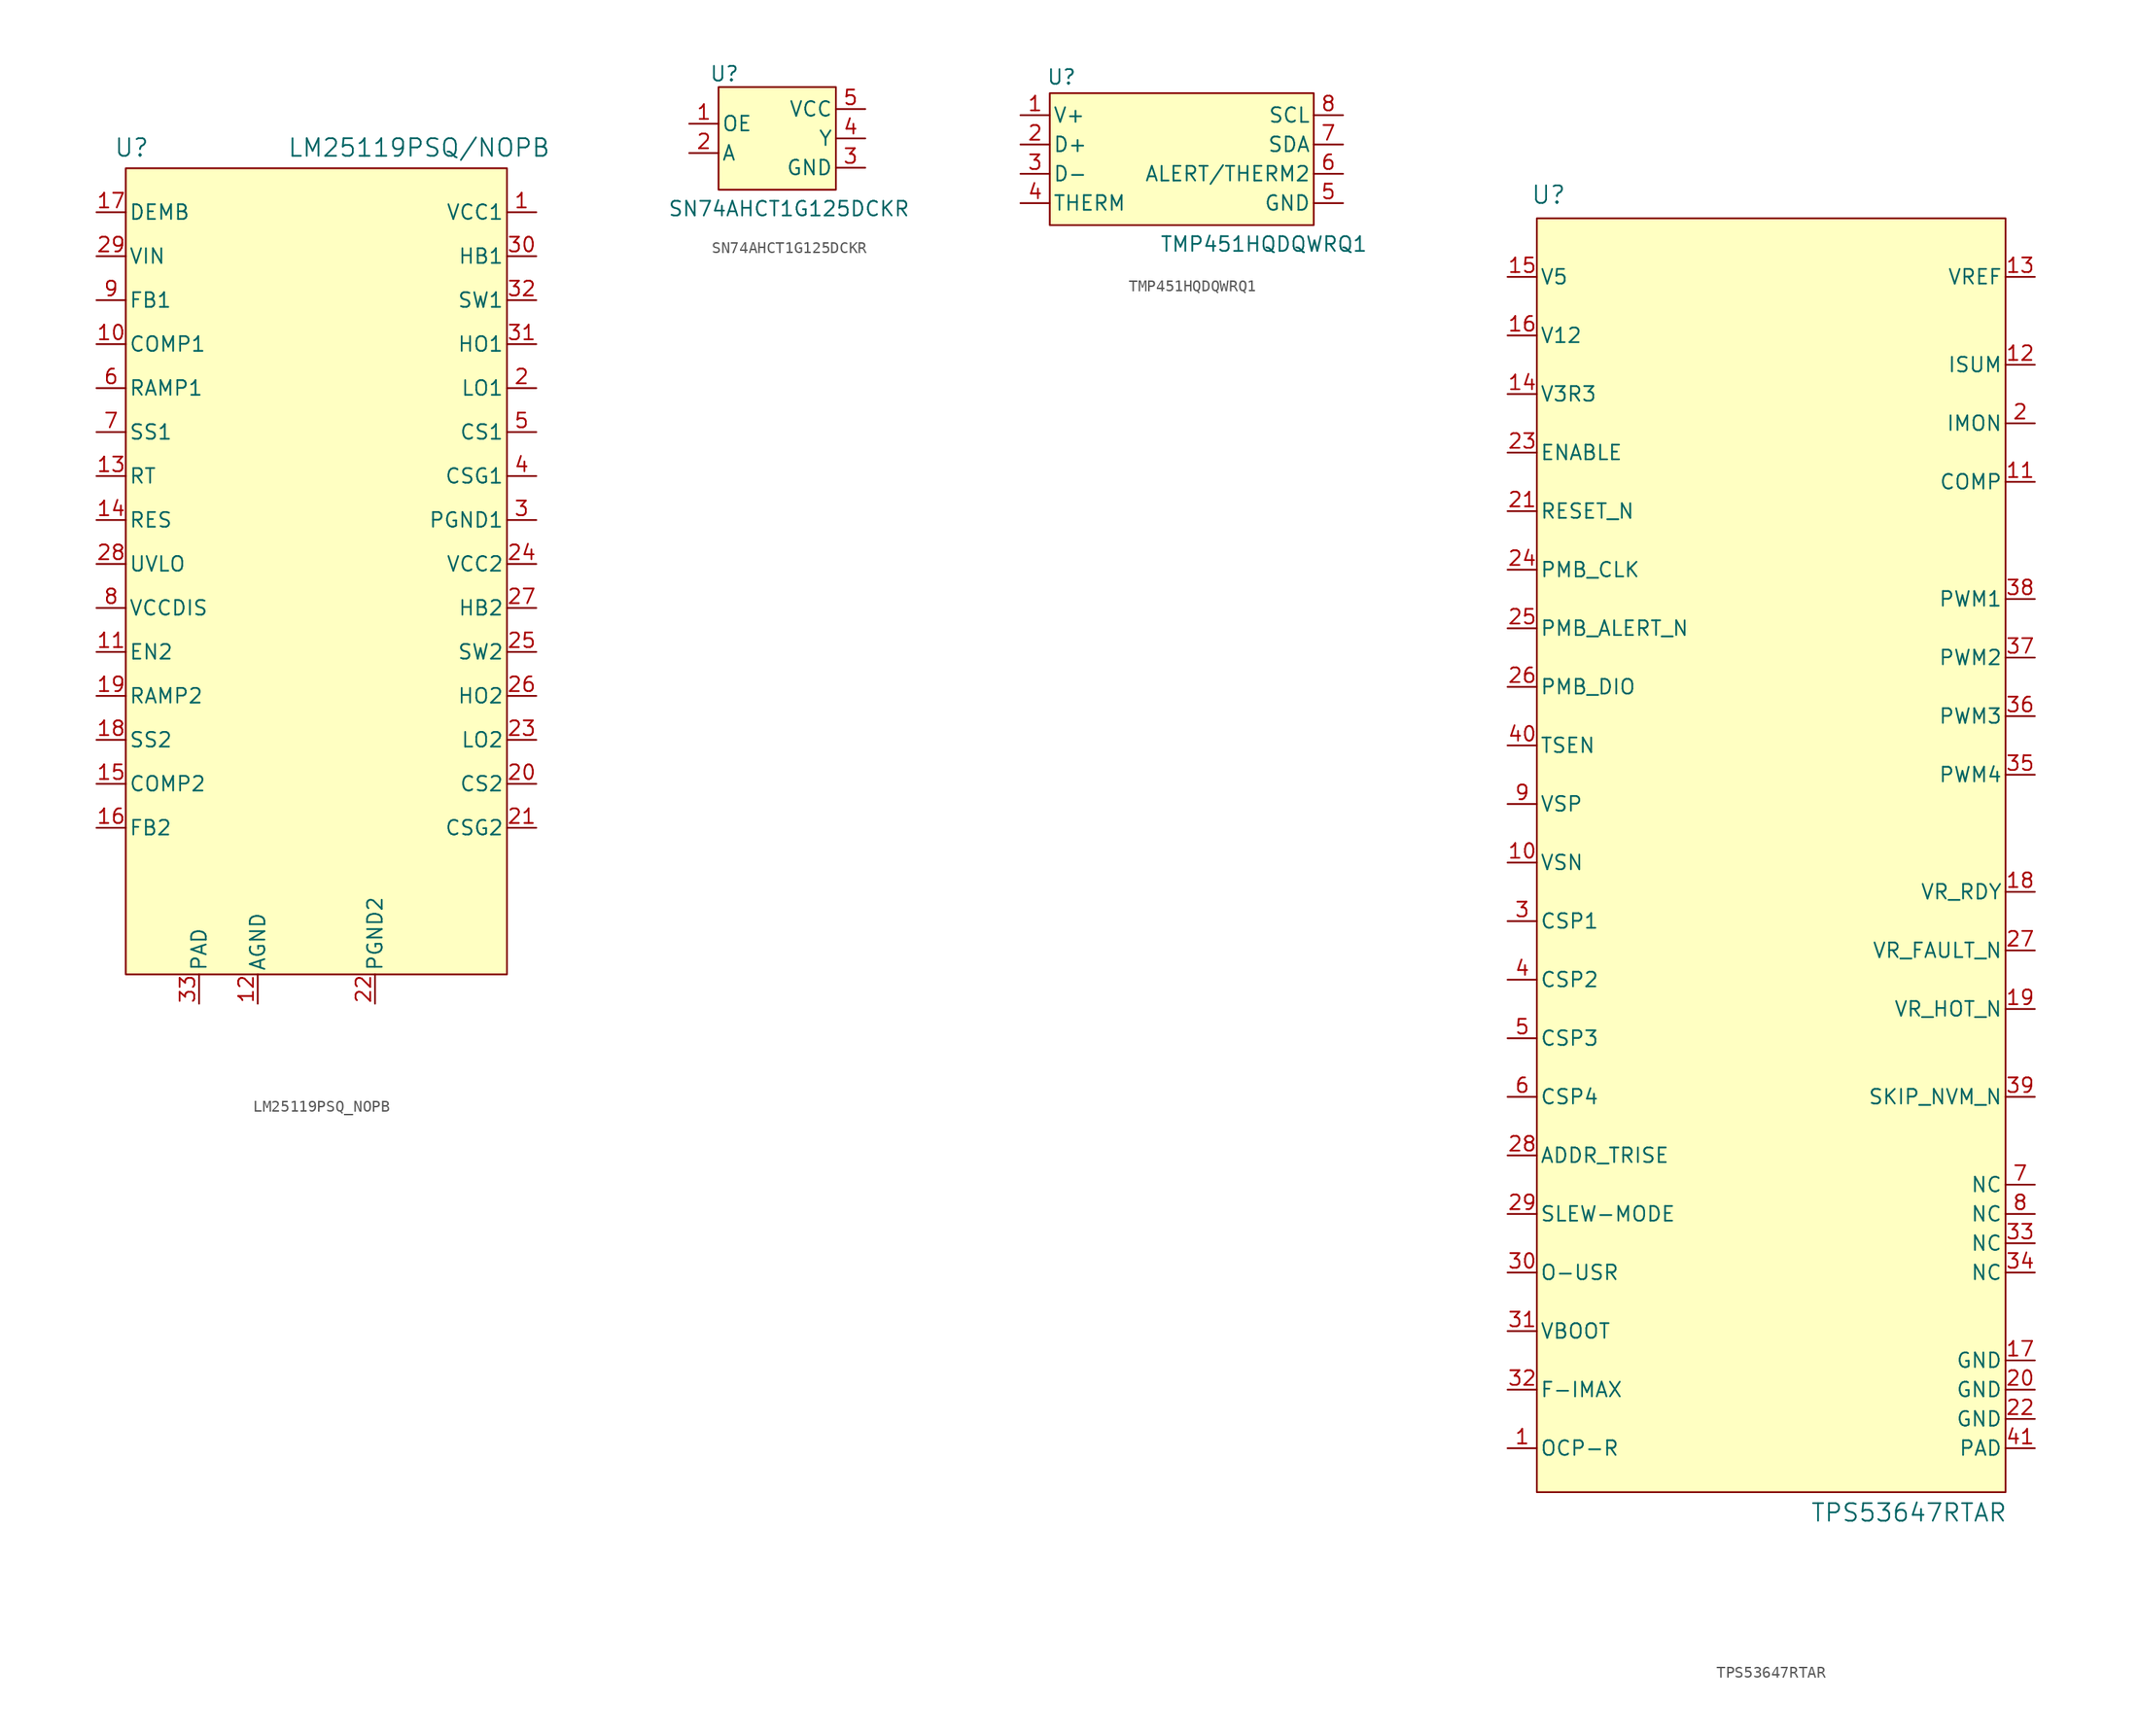
<source format=kicad_sym>
(kicad_symbol_lib
  (version 20241209)
  (generator "kicad_symbol_editor")
  (generator_version "9.0")
  (symbol "LM25119PSQ_NOPB"
    (pin_names
      (offset 0.254))
    (property "Reference" "U"
      (at -16.002 32.258 0)
      (effects (font (size 1.524 1.524))))
    (property "Value" "LM25119PSQ/NOPB"
      (at 8.89 32.258 0)
      (effects (font (size 1.524 1.524))))
    (symbol "LM25119PSQ_NOPB_0_1"
      (pin input line (at -19.05 26.67 0) (length 2.54) (name "DEMB" (effects (font (size 1.27 1.27)))) (number "17" (effects (font (size 1.27 1.27)))))
      (pin input line (at -19.05 22.86 0) (length 2.54) (name "VIN" (effects (font (size 1.27 1.27)))) (number "29" (effects (font (size 1.27 1.27)))))
      (pin input line (at -19.05 19.05 0) (length 2.54) (name "FB1" (effects (font (size 1.27 1.27)))) (number "9" (effects (font (size 1.27 1.27)))))
      (pin unspecified line (at -19.05 11.43 0) (length 2.54) (name "RAMP1" (effects (font (size 1.27 1.27)))) (number "6" (effects (font (size 1.27 1.27)))))
      (pin unspecified line (at -19.05 7.62 0) (length 2.54) (name "SS1" (effects (font (size 1.27 1.27)))) (number "7" (effects (font (size 1.27 1.27)))))
      (pin unspecified line (at -19.05 3.81 0) (length 2.54) (name "RT" (effects (font (size 1.27 1.27)))) (number "13" (effects (font (size 1.27 1.27)))))
      (pin unspecified line (at -19.05 0 0) (length 2.54) (name "RES" (effects (font (size 1.27 1.27)))) (number "14" (effects (font (size 1.27 1.27)))))
      (pin unspecified line (at -19.05 -3.81 0) (length 2.54) (name "UVLO" (effects (font (size 1.27 1.27)))) (number "28" (effects (font (size 1.27 1.27)))))
      (pin power_in line (at -19.05 -7.62 0) (length 2.54) (name "VCCDIS" (effects (font (size 1.27 1.27)))) (number "8" (effects (font (size 1.27 1.27)))))
      (pin unspecified line (at -19.05 -11.43 0) (length 2.54) (name "EN2" (effects (font (size 1.27 1.27)))) (number "11" (effects (font (size 1.27 1.27)))))
      (pin unspecified line (at -19.05 -15.24 0) (length 2.54) (name "RAMP2" (effects (font (size 1.27 1.27)))) (number "19" (effects (font (size 1.27 1.27)))))
      (pin unspecified line (at -19.05 -19.05 0) (length 2.54) (name "SS2" (effects (font (size 1.27 1.27)))) (number "18" (effects (font (size 1.27 1.27)))))
      (pin input line (at -19.05 -26.67 0) (length 2.54) (name "FB2" (effects (font (size 1.27 1.27)))) (number "16" (effects (font (size 1.27 1.27)))))
      (pin power_in line (at -5.08 -41.91 90) (length 2.54) (name "AGND" (effects (font (size 1.27 1.27)))) (number "12" (effects (font (size 1.27 1.27)))))
      (pin power_in line (at 5.08 -41.91 90) (length 2.54) (name "PGND2" (effects (font (size 1.27 1.27)))) (number "22" (effects (font (size 1.27 1.27)))))
      (pin power_in line (at 19.05 26.67 180) (length 2.54) (name "VCC1" (effects (font (size 1.27 1.27)))) (number "1" (effects (font (size 1.27 1.27)))))
      (pin unspecified line (at 19.05 22.86 180) (length 2.54) (name "HB1" (effects (font (size 1.27 1.27)))) (number "30" (effects (font (size 1.27 1.27)))))
      (pin unspecified line (at 19.05 19.05 180) (length 2.54) (name "SW1" (effects (font (size 1.27 1.27)))) (number "32" (effects (font (size 1.27 1.27)))))
      (pin output line (at 19.05 15.24 180) (length 2.54) (name "HO1" (effects (font (size 1.27 1.27)))) (number "31" (effects (font (size 1.27 1.27)))))
      (pin output line (at 19.05 11.43 180) (length 2.54) (name "LO1" (effects (font (size 1.27 1.27)))) (number "2" (effects (font (size 1.27 1.27)))))
      (pin input line (at 19.05 7.62 180) (length 2.54) (name "CS1" (effects (font (size 1.27 1.27)))) (number "5" (effects (font (size 1.27 1.27)))))
      (pin unspecified line (at 19.05 3.81 180) (length 2.54) (name "CSG1" (effects (font (size 1.27 1.27)))) (number "4" (effects (font (size 1.27 1.27)))))
      (pin power_in line (at 19.05 0 180) (length 2.54) (name "PGND1" (effects (font (size 1.27 1.27)))) (number "3" (effects (font (size 1.27 1.27)))))
      (pin power_in line (at 19.05 -3.81 180) (length 2.54) (name "VCC2" (effects (font (size 1.27 1.27)))) (number "24" (effects (font (size 1.27 1.27)))))
      (pin unspecified line (at 19.05 -7.62 180) (length 2.54) (name "HB2" (effects (font (size 1.27 1.27)))) (number "27" (effects (font (size 1.27 1.27)))))
      (pin unspecified line (at 19.05 -11.43 180) (length 2.54) (name "SW2" (effects (font (size 1.27 1.27)))) (number "25" (effects (font (size 1.27 1.27)))))
      (pin output line (at 19.05 -15.24 180) (length 2.54) (name "HO2" (effects (font (size 1.27 1.27)))) (number "26" (effects (font (size 1.27 1.27)))))
      (pin output line (at 19.05 -19.05 180) (length 2.54) (name "LO2" (effects (font (size 1.27 1.27)))) (number "23" (effects (font (size 1.27 1.27)))))
      (pin input line (at 19.05 -22.86 180) (length 2.54) (name "CS2" (effects (font (size 1.27 1.27)))) (number "20" (effects (font (size 1.27 1.27)))))
      (pin unspecified line (at 19.05 -26.67 180) (length 2.54) (name "CSG2" (effects (font (size 1.27 1.27)))) (number "21" (effects (font (size 1.27 1.27))))))
    (symbol "LM25119PSQ_NOPB_1_1"
      (rectangle (start -16.51 30.48) (end 16.51 -39.37) (stroke (width 0) (type default)) (fill (type background)))
      (pin unspecified line (at -19.05 15.24 0) (length 2.54) (name "COMP1" (effects (font (size 1.27 1.27)))) (number "10" (effects (font (size 1.27 1.27)))))
      (pin unspecified line (at -19.05 -22.86 0) (length 2.54) (name "COMP2" (effects (font (size 1.27 1.27)))) (number "15" (effects (font (size 1.27 1.27)))))
      (pin unspecified line (at -10.16 -41.91 90) (length 2.54) (name "PAD" (effects (font (size 1.27 1.27)))) (number "33" (effects (font (size 1.27 1.27)))))))
  (symbol "SN74AHCT1G125DCKR"
    (pin_names
      (offset 0.254))
    (property "Reference" "U"
      (at -4.572 5.588 0)
      (effects (font (size 1.27 1.27))))
    (property "Value" "SN74AHCT1G125DCKR"
      (at 1.016 -6.096 0)
      (effects (font (size 1.27 1.27))))
    (symbol "SN74AHCT1G125DCKR_0_1"
      (pin output line (at 7.62 0 180) (length 2.54) (name "Y" (effects (font (size 1.27 1.27)))) (number "4" (effects (font (size 1.27 1.27)))))
      (pin power_in line (at 7.62 -2.54 180) (length 2.54) (name "GND" (effects (font (size 1.27 1.27)))) (number "3" (effects (font (size 1.27 1.27))))))
    (symbol "SN74AHCT1G125DCKR_1_1"
      (rectangle (start -5.08 4.445) (end 5.08 -4.445) (stroke (width 0) (type solid)) (fill (type background)))
      (pin input line (at -7.62 1.27 0) (length 2.54) (name "OE" (effects (font (size 1.27 1.27)))) (number "1" (effects (font (size 1.27 1.27)))))
      (pin input line (at -7.62 -1.27 0) (length 2.54) (name "A" (effects (font (size 1.27 1.27)))) (number "2" (effects (font (size 1.27 1.27)))))
      (pin power_in line (at 7.62 2.54 180) (length 2.54) (name "VCC" (effects (font (size 1.27 1.27)))) (number "5" (effects (font (size 1.27 1.27)))))))
  (symbol "TMP451HQDQWRQ1"
    (pin_names
      (offset 0.254))
    (property "Reference" "U"
      (at -10.414 7.112 0)
      (effects (font (size 1.27 1.27))))
    (property "Value" "TMP451HQDQWRQ1"
      (at 7.112 -7.366 0)
      (effects (font (size 1.27 1.27))))
    (symbol "TMP451HQDQWRQ1_0_1"
      (pin power_in line (at -13.97 3.81 0) (length 2.54) (name "V+" (effects (font (size 1.27 1.27)))) (number "1" (effects (font (size 1.27 1.27)))))
      (pin unspecified line (at -13.97 1.27 0) (length 2.54) (name "D+" (effects (font (size 1.27 1.27)))) (number "2" (effects (font (size 1.27 1.27)))))
      (pin unspecified line (at -13.97 -1.27 0) (length 2.54) (name "D-" (effects (font (size 1.27 1.27)))) (number "3" (effects (font (size 1.27 1.27)))))
      (pin unspecified line (at -13.97 -3.81 0) (length 2.54) (name "THERM" (effects (font (size 1.27 1.27)))) (number "4" (effects (font (size 1.27 1.27)))))
      (pin unspecified line (at 13.97 3.81 180) (length 2.54) (name "SCL" (effects (font (size 1.27 1.27)))) (number "8" (effects (font (size 1.27 1.27)))))
      (pin unspecified line (at 13.97 1.27 180) (length 2.54) (name "SDA" (effects (font (size 1.27 1.27)))) (number "7" (effects (font (size 1.27 1.27)))))
      (pin unspecified line (at 13.97 -1.27 180) (length 2.54) (name "ALERT/THERM2" (effects (font (size 1.27 1.27)))) (number "6" (effects (font (size 1.27 1.27)))))
      (pin power_out line (at 13.97 -3.81 180) (length 2.54) (name "GND" (effects (font (size 1.27 1.27)))) (number "5" (effects (font (size 1.27 1.27))))))
    (symbol "TMP451HQDQWRQ1_1_1"
      (rectangle (start -11.43 5.715) (end 11.43 -5.715) (stroke (width 0) (type solid)) (fill (type background)))))
  (symbol "TPS53647RTAR"
    (pin_names
      (offset 0.254))
    (property "Reference" "U"
      (at -19.304 57.912 0)
      (effects (font (size 1.524 1.524))))
    (property "Value" "TPS53647RTAR"
      (at 11.938 -56.388 0)
      (effects (font (size 1.524 1.524))))
    (symbol "TPS53647RTAR_0_1"
      (pin power_in line (at -22.86 50.8 0) (length 2.54) (name "V5" (effects (font (size 1.27 1.27)))) (number "15" (effects (font (size 1.27 1.27)))))
      (pin power_in line (at -22.86 45.72 0) (length 2.54) (name "V12" (effects (font (size 1.27 1.27)))) (number "16" (effects (font (size 1.27 1.27)))))
      (pin power_in line (at -22.86 40.64 0) (length 2.54) (name "V3R3" (effects (font (size 1.27 1.27)))) (number "14" (effects (font (size 1.27 1.27)))))
      (pin input line (at -22.86 35.56 0) (length 2.54) (name "ENABLE" (effects (font (size 1.27 1.27)))) (number "23" (effects (font (size 1.27 1.27)))))
      (pin input line (at -22.86 30.48 0) (length 2.54) (name "RESET_N" (effects (font (size 1.27 1.27)))) (number "21" (effects (font (size 1.27 1.27)))))
      (pin input line (at -22.86 25.4 0) (length 2.54) (name "PMB_CLK" (effects (font (size 1.27 1.27)))) (number "24" (effects (font (size 1.27 1.27)))))
      (pin bidirectional line (at -22.86 20.32 0) (length 2.54) (name "PMB_ALERT_N" (effects (font (size 1.27 1.27)))) (number "25" (effects (font (size 1.27 1.27)))))
      (pin bidirectional line (at -22.86 15.24 0) (length 2.54) (name "PMB_DIO" (effects (font (size 1.27 1.27)))) (number "26" (effects (font (size 1.27 1.27)))))
      (pin input line (at -22.86 10.16 0) (length 2.54) (name "TSEN" (effects (font (size 1.27 1.27)))) (number "40" (effects (font (size 1.27 1.27)))))
      (pin input line (at -22.86 5.08 0) (length 2.54) (name "VSP" (effects (font (size 1.27 1.27)))) (number "9" (effects (font (size 1.27 1.27)))))
      (pin input line (at -22.86 0 0) (length 2.54) (name "VSN" (effects (font (size 1.27 1.27)))) (number "10" (effects (font (size 1.27 1.27)))))
      (pin input line (at -22.86 -5.08 0) (length 2.54) (name "CSP1" (effects (font (size 1.27 1.27)))) (number "3" (effects (font (size 1.27 1.27)))))
      (pin input line (at -22.86 -10.16 0) (length 2.54) (name "CSP2" (effects (font (size 1.27 1.27)))) (number "4" (effects (font (size 1.27 1.27)))))
      (pin input line (at -22.86 -15.24 0) (length 2.54) (name "CSP3" (effects (font (size 1.27 1.27)))) (number "5" (effects (font (size 1.27 1.27)))))
      (pin input line (at -22.86 -20.32 0) (length 2.54) (name "CSP4" (effects (font (size 1.27 1.27)))) (number "6" (effects (font (size 1.27 1.27)))))
      (pin input line (at -22.86 -25.4 0) (length 2.54) (name "ADDR_TRISE" (effects (font (size 1.27 1.27)))) (number "28" (effects (font (size 1.27 1.27)))))
      (pin input line (at -22.86 -30.48 0) (length 2.54) (name "SLEW-MODE" (effects (font (size 1.27 1.27)))) (number "29" (effects (font (size 1.27 1.27)))))
      (pin input line (at -22.86 -35.56 0) (length 2.54) (name "O-USR" (effects (font (size 1.27 1.27)))) (number "30" (effects (font (size 1.27 1.27)))))
      (pin input line (at -22.86 -40.64 0) (length 2.54) (name "VBOOT" (effects (font (size 1.27 1.27)))) (number "31" (effects (font (size 1.27 1.27)))))
      (pin input line (at -22.86 -45.72 0) (length 2.54) (name "F-IMAX" (effects (font (size 1.27 1.27)))) (number "32" (effects (font (size 1.27 1.27)))))
      (pin input line (at -22.86 -50.8 0) (length 2.54) (name "OCP-R" (effects (font (size 1.27 1.27)))) (number "1" (effects (font (size 1.27 1.27)))))
      (pin power_in line (at 22.86 50.8 180) (length 2.54) (name "VREF" (effects (font (size 1.27 1.27)))) (number "13" (effects (font (size 1.27 1.27)))))
      (pin output line (at 22.86 43.18 180) (length 2.54) (name "ISUM" (effects (font (size 1.27 1.27)))) (number "12" (effects (font (size 1.27 1.27)))))
      (pin output line (at 22.86 38.1 180) (length 2.54) (name "IMON" (effects (font (size 1.27 1.27)))) (number "2" (effects (font (size 1.27 1.27)))))
      (pin output line (at 22.86 33.02 180) (length 2.54) (name "COMP" (effects (font (size 1.27 1.27)))) (number "11" (effects (font (size 1.27 1.27)))))
      (pin output line (at 22.86 22.86 180) (length 2.54) (name "PWM1" (effects (font (size 1.27 1.27)))) (number "38" (effects (font (size 1.27 1.27)))))
      (pin output line (at 22.86 17.78 180) (length 2.54) (name "PWM2" (effects (font (size 1.27 1.27)))) (number "37" (effects (font (size 1.27 1.27)))))
      (pin output line (at 22.86 12.7 180) (length 2.54) (name "PWM3" (effects (font (size 1.27 1.27)))) (number "36" (effects (font (size 1.27 1.27)))))
      (pin output line (at 22.86 7.62 180) (length 2.54) (name "PWM4" (effects (font (size 1.27 1.27)))) (number "35" (effects (font (size 1.27 1.27)))))
      (pin output line (at 22.86 -2.54 180) (length 2.54) (name "VR_RDY" (effects (font (size 1.27 1.27)))) (number "18" (effects (font (size 1.27 1.27)))))
      (pin output line (at 22.86 -7.62 180) (length 2.54) (name "VR_FAULT_N" (effects (font (size 1.27 1.27)))) (number "27" (effects (font (size 1.27 1.27)))))
      (pin output line (at 22.86 -12.7 180) (length 2.54) (name "VR_HOT_N" (effects (font (size 1.27 1.27)))) (number "19" (effects (font (size 1.27 1.27)))))
      (pin output line (at 22.86 -20.32 180) (length 2.54) (name "SKIP_NVM_N" (effects (font (size 1.27 1.27)))) (number "39" (effects (font (size 1.27 1.27)))))
      (pin unspecified line (at 22.86 -27.94 180) (length 2.54) (name "NC" (effects (font (size 1.27 1.27)))) (number "7" (effects (font (size 1.27 1.27)))))
      (pin unspecified line (at 22.86 -30.48 180) (length 2.54) (name "NC" (effects (font (size 1.27 1.27)))) (number "8" (effects (font (size 1.27 1.27)))))
      (pin unspecified line (at 22.86 -33.02 180) (length 2.54) (name "NC" (effects (font (size 1.27 1.27)))) (number "33" (effects (font (size 1.27 1.27)))))
      (pin unspecified line (at 22.86 -35.56 180) (length 2.54) (name "NC" (effects (font (size 1.27 1.27)))) (number "34" (effects (font (size 1.27 1.27)))))
      (pin power_in line (at 22.86 -43.18 180) (length 2.54) (name "GND" (effects (font (size 1.27 1.27)))) (number "17" (effects (font (size 1.27 1.27)))))
      (pin power_in line (at 22.86 -45.72 180) (length 2.54) (name "GND" (effects (font (size 1.27 1.27)))) (number "20" (effects (font (size 1.27 1.27)))))
      (pin power_in line (at 22.86 -48.26 180) (length 2.54) (name "GND" (effects (font (size 1.27 1.27)))) (number "22" (effects (font (size 1.27 1.27)))))
      (pin power_in line (at 22.86 -50.8 180) (length 2.54) (name "PAD" (effects (font (size 1.27 1.27)))) (number "41" (effects (font (size 1.27 1.27))))))
    (symbol "TPS53647RTAR_1_1"
      (rectangle (start -20.32 55.88) (end 20.32 -54.61) (stroke (width 0) (type default)) (fill (type background))))))
</source>
